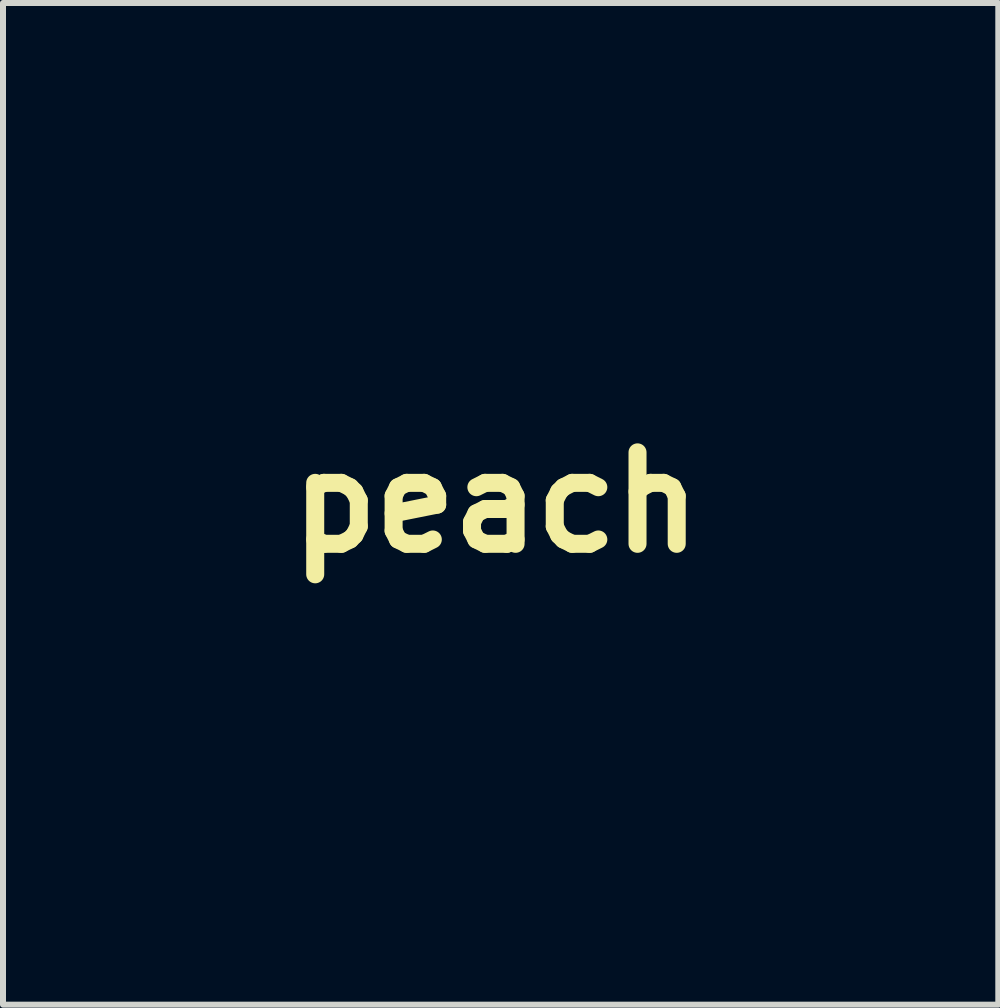
<source format=kicad_pcb>
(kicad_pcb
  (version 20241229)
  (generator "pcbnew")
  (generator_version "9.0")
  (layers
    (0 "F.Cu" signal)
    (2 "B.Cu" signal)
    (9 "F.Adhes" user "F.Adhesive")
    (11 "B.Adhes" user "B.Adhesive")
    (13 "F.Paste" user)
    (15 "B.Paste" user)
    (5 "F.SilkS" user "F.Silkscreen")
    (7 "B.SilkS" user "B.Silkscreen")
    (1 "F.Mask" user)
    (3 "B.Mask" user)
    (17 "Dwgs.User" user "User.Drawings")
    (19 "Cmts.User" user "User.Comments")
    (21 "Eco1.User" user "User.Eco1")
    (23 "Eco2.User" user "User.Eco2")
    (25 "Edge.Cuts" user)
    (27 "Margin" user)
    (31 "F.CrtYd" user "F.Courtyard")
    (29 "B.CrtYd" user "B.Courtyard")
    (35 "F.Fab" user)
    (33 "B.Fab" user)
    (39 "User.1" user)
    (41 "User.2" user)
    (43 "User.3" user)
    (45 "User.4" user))
  (footprint "peach"
    (layer "F.Cu")
    (at 5.214 5.322)
    (property "Reference" "peach" (at 0 0 0) (layer "F.SilkS") (effects (font (size 1.524 1.524) (thickness 0.3))))
    (attr through_hole)
    (fp_poly (pts (xy -1.156 -5.258) (xy -0.922 -5.127) (xy -0.817 -5.033) (xy -0.639 -4.89) (xy -0.464 -4.811) (xy -0.445 -4.806) (xy -0.304 -4.753) (xy -0.139 -4.654) (xy -0.044 -4.58) (xy 0.094 -4.468) (xy 0.213 -4.383) (xy 0.267 -4.354) (xy 0.374 -4.262) (xy 0.424 -4.091) (xy 0.417 -3.842) (xy 0.354 -3.522) (xy 0.327 -3.42) (xy 0.295 -3.31) (xy 0.605 -3.406) (xy 1.201 -3.541) (xy 1.796 -3.58) (xy 2.381 -3.525) (xy 2.944 -3.377) (xy 3.477 -3.141) (xy 3.968 -2.819) (xy 4.408 -2.413) (xy 4.413 -2.408) (xy 4.769 -1.945) (xy 5.044 -1.425) (xy 5.237 -0.855) (xy 5.344 -0.241) (xy 5.365 0.409) (xy 5.336 0.805) (xy 5.213 1.523) (xy 5.011 2.179) (xy 4.73 2.775) (xy 4.368 3.31) (xy 3.925 3.785) (xy 3.401 4.201) (xy 2.794 4.558) (xy 2.104 4.858) (xy 1.331 5.1) (xy 0.767 5.231) (xy 0.425 5.291) (xy 0.098 5.335) (xy -0.195 5.359) (xy -0.433 5.363) (xy -0.596 5.344) (xy -0.613 5.34) (xy -0.737 5.285) (xy -0.89 5.199) (xy -0.943 5.166) (xy -1.083 5.089) (xy -1.284 4.997) (xy -1.511 4.906) (xy -1.6 4.873) (xy -2.283 4.588) (xy -2.887 4.238) (xy -3.412 3.824) (xy -3.859 3.346) (xy -4.228 2.803) (xy -4.519 2.194) (xy -4.601 1.969) (xy -4.751 1.415) (xy -4.841 0.826) (xy -4.87 0.253) (xy -4.361 0.253) (xy -4.325 0.836) (xy -4.222 1.408) (xy -4.054 1.953) (xy -3.939 2.222) (xy -3.64 2.755) (xy -3.278 3.221) (xy -2.846 3.624) (xy -2.339 3.971) (xy -1.75 4.265) (xy -1.341 4.424) (xy -1.111 4.514) (xy -0.884 4.615) (xy -0.703 4.709) (xy -0.672 4.729) (xy -0.532 4.812) (xy -0.418 4.853) (xy -0.289 4.863) (xy -0.102 4.849) (xy -0.102 4.849) (xy 0.105 4.823) (xy 0.364 4.783) (xy 0.629 4.735) (xy 0.704 4.72) (xy 1.477 4.53) (xy 2.163 4.29) (xy 2.766 3.999) (xy 3.288 3.654) (xy 3.733 3.254) (xy 4.102 2.798) (xy 4.138 2.745) (xy 4.416 2.246) (xy 4.629 1.699) (xy 4.773 1.121) (xy 4.848 0.532) (xy 4.849 -0.049) (xy 4.775 -0.604) (xy 4.643 -1.06) (xy 4.403 -1.563) (xy 4.093 -2) (xy 3.72 -2.366) (xy 3.295 -2.66) (xy 2.826 -2.876) (xy 2.323 -3.011) (xy 1.794 -3.061) (xy 1.25 -3.023) (xy 0.699 -2.893) (xy 0.414 -2.787) (xy 0.149 -2.677) (xy 0.55 -2.266) (xy 0.873 -1.909) (xy 1.135 -1.557) (xy 1.363 -1.17) (xy 1.525 -0.841) (xy 1.748 -0.261) (xy 1.887 0.321) (xy 1.946 0.895) (xy 1.927 1.451) (xy 1.831 1.982) (xy 1.661 2.477) (xy 1.419 2.928) (xy 1.107 3.324) (xy 0.727 3.658) (xy 0.406 3.858) (xy 0.076 4.032) (xy 0.373 3.705) (xy 0.646 3.347) (xy 0.886 2.924) (xy 1.073 2.473) (xy 1.15 2.21) (xy 1.202 1.911) (xy 1.232 1.545) (xy 1.242 1.142) (xy 1.23 0.734) (xy 1.197 0.352) (xy 1.148 0.051) (xy 0.938 -0.71) (xy 0.648 -1.422) (xy 0.283 -2.074) (xy 0.114 -2.32) (xy -0.033 -2.504) (xy -0.171 -2.632) (xy -0.342 -2.735) (xy -0.451 -2.787) (xy -0.684 -2.883) (xy -0.944 -2.971) (xy -1.127 -3.021) (xy -1.467 -3.1) (xy -1.794 -2.871) (xy -2.293 -2.57) (xy -2.85 -2.318) (xy -3.295 -2.169) (xy -3.503 -2.106) (xy -3.64 -2.053) (xy -3.732 -1.992) (xy -3.804 -1.907) (xy -3.86 -1.821) (xy -4.082 -1.376) (xy -4.24 -0.871) (xy -4.333 -0.322) (xy -4.361 0.253) (xy -4.87 0.253) (xy -4.871 0.222) (xy -4.842 -0.372) (xy -4.755 -0.936) (xy -4.609 -1.447) (xy -4.54 -1.619) (xy -4.475 -1.768) (xy -4.432 -1.875) (xy -4.42 -1.911) (xy -4.467 -1.92) (xy -4.592 -1.928) (xy -4.773 -1.934) (xy -4.864 -1.936) (xy -5.068 -1.939) (xy -5.18 -1.945) (xy -5.209 -1.956) (xy -5.164 -1.974) (xy -5.112 -1.987) (xy -4.901 -2.054) (xy -4.634 -2.167) (xy -4.338 -2.31) (xy -4.039 -2.472) (xy -3.766 -2.639) (xy -3.704 -2.68) (xy -3.534 -2.802) (xy -3.309 -2.973) (xy -3.054 -3.173) (xy -2.791 -3.385) (xy -2.646 -3.505) (xy -2.612 -3.533) (xy -1.004 -3.533) (xy -0.943 -3.51) (xy -0.82 -3.47) (xy -0.671 -3.424) (xy -0.534 -3.384) (xy -0.444 -3.36) (xy -0.432 -3.358) (xy -0.387 -3.398) (xy -0.323 -3.509) (xy -0.267 -3.633) (xy -0.203 -3.82) (xy -0.161 -3.998) (xy -0.152 -4.088) (xy -0.139 -4.214) (xy -0.106 -4.289) (xy -0.102 -4.293) (xy -0.053 -4.355) (xy -0.051 -4.368) (xy -0.092 -4.432) (xy -0.195 -4.514) (xy -0.326 -4.592) (xy -0.455 -4.646) (xy -0.468 -4.649) (xy -0.544 -4.661) (xy -0.591 -4.636) (xy -0.625 -4.552) (xy -0.66 -4.396) (xy -0.72 -4.183) (xy -0.809 -3.951) (xy -0.869 -3.825) (xy -0.944 -3.678) (xy -0.993 -3.572) (xy -1.004 -3.533) (xy -2.612 -3.533) (xy -2.312 -3.781) (xy -2.036 -4) (xy -1.803 -4.173) (xy -1.596 -4.311) (xy -1.397 -4.426) (xy -1.191 -4.529) (xy -1.037 -4.598) (xy -0.834 -4.691) (xy -0.727 -4.749) (xy -0.712 -4.771) (xy -0.79 -4.755) (xy -0.959 -4.699) (xy -1.078 -4.655) (xy -1.279 -4.575) (xy -1.464 -4.49) (xy -1.645 -4.392) (xy -1.837 -4.271) (xy -2.052 -4.118) (xy -2.304 -3.926) (xy -2.605 -3.684) (xy -2.97 -3.384) (xy -2.971 -3.383) (xy -3.352 -3.075) (xy -3.685 -2.824) (xy -3.994 -2.616) (xy -4.302 -2.434) (xy -4.631 -2.262) (xy -4.674 -2.241) (xy -4.847 -2.159) (xy -4.967 -2.105) (xy -5.02 -2.086) (xy -5.012 -2.095) (xy -4.76 -2.274) (xy -4.491 -2.479) (xy -4.217 -2.697) (xy -3.951 -2.919) (xy -3.704 -3.135) (xy -3.488 -3.333) (xy -3.316 -3.503) (xy -3.199 -3.635) (xy -3.15 -3.718) (xy -3.15 -3.725) (xy -3.196 -3.75) (xy -3.323 -3.756) (xy -3.511 -3.746) (xy -3.741 -3.722) (xy -3.994 -3.685) (xy -4.251 -3.639) (xy -4.474 -3.589) (xy -4.952 -3.468) (xy -4.622 -3.774) (xy -4.06 -4.252) (xy -3.498 -4.647) (xy -2.943 -4.955) (xy -2.401 -5.172) (xy -1.878 -5.295) (xy -1.77 -5.309) (xy -1.432 -5.317) (xy -1.156 -5.258)) (stroke (width 0.01) (type solid)) (fill no) (layer "Eco2.User")))
  (gr_rect
    (start -3 -3)
    (end 13.584 13.69)
    (stroke (width 0.1) (type default))
    (fill no)
    (layer "Edge.Cuts")))
</source>
